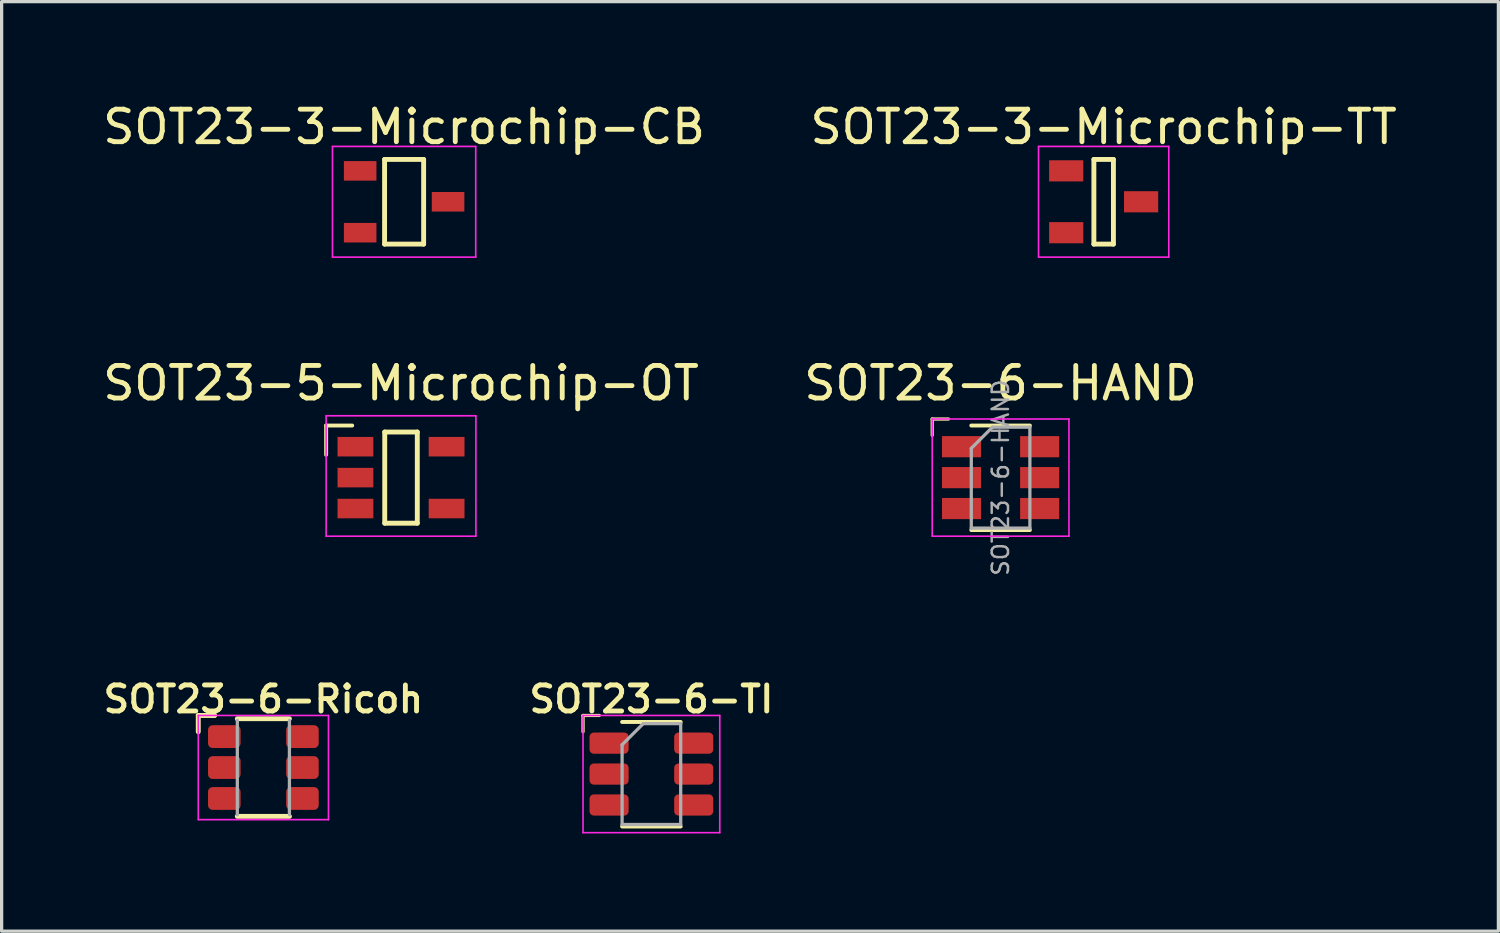
<source format=kicad_pcb>
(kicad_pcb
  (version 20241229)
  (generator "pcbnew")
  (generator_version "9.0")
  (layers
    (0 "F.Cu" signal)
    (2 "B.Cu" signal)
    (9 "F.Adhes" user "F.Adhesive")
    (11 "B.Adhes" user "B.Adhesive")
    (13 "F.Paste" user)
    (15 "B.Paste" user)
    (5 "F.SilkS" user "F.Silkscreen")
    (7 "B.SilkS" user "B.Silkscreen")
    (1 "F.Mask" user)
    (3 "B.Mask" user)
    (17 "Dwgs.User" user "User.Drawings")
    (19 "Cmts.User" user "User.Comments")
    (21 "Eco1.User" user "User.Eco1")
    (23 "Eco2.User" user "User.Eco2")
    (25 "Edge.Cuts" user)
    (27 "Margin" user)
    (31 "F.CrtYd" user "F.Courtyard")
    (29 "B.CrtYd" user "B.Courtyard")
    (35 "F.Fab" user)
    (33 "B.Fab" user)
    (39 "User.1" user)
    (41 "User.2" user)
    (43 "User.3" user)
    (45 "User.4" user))
  (footprint "SOT23-6-Ricoh"
    (layer "F.Cu")
    (at 5.04 20.527)
    (property "Reference" "SOT23-6-Ricoh" (at 0 -2.1 0) (layer "F.SilkS") (effects (font (size 0.8 0.8) (thickness 0.15))))
    (attr smd)
    (fp_line (start -2 -1.6) (end -2 -1.1) (stroke (width 0.15) (type default)) (layer "F.SilkS"))
    (fp_line (start -2 -1.6) (end -1.5 -1.6) (stroke (width 0.15) (type default)) (layer "F.SilkS"))
    (fp_line (start -1.5 -1.6) (end -1.6 -1.6) (stroke (width 0.15) (type default)) (layer "F.SilkS"))
    (fp_line (start -0.8 -1.5) (end 0.8 -1.5) (stroke (width 0.15) (type default)) (layer "F.SilkS"))
    (fp_line (start -0.8 1.5) (end 0.8 1.5) (stroke (width 0.15) (type default)) (layer "F.SilkS"))
    (fp_line (start -2 -1.6) (end -2 1.6) (stroke (width 0.05) (type solid)) (layer "F.CrtYd"))
    (fp_line (start -2 1.6) (end 2 1.6) (stroke (width 0.05) (type solid)) (layer "F.CrtYd"))
    (fp_line (start 2 -1.6) (end -2 -1.6) (stroke (width 0.05) (type solid)) (layer "F.CrtYd"))
    (fp_line (start 2 1.6) (end 2 -1.6) (stroke (width 0.05) (type solid)) (layer "F.CrtYd"))
    (fp_line (start -0.8 -1.45) (end -0.8 1.45) (stroke (width 0.1) (type default)) (layer "F.Fab"))
    (fp_line (start 0.8 -1.45) (end 0.8 1.45) (stroke (width 0.1) (type default)) (layer "F.Fab"))
    (pad "1" smd roundrect (at -1.2 -0.95 270) (size 0.7 1) (layers "F.Cu" "F.Mask" "F.Paste") (roundrect_rratio 0.2))
    (pad "2" smd roundrect (at -1.2 0 270) (size 0.7 1) (layers "F.Cu" "F.Mask" "F.Paste") (roundrect_rratio 0.2))
    (pad "3" smd roundrect (at -1.2 0.95 270) (size 0.7 1) (layers "F.Cu" "F.Mask" "F.Paste") (roundrect_rratio 0.2))
    (pad "4" smd roundrect (at 1.2 0.95 270) (size 0.7 1) (layers "F.Cu" "F.Mask" "F.Paste") (roundrect_rratio 0.2))
    (pad "5" smd roundrect (at 1.2 0 270) (size 0.7 1) (layers "F.Cu" "F.Mask" "F.Paste") (roundrect_rratio 0.2))
    (pad "6" smd roundrect (at 1.2 -0.95 270) (size 0.7 1) (layers "F.Cu" "F.Mask" "F.Paste") (roundrect_rratio 0.2)))
  (footprint "SOT23-3-Microchip-TT"
    (layer "F.Cu")
    (at 30.851 3.148)
    (property "Reference" "SOT23-3-Microchip-TT" (at 0 -2.3 0) (layer "F.SilkS") (effects (font (size 1 1) (thickness 0.15))))
    (attr smd)
    (fp_line (start -0.3 -1.3) (end 0.3 -1.3) (stroke (width 0.15) (type solid)) (layer "F.SilkS"))
    (fp_line (start -0.3 1.3) (end -0.3 -1.3) (stroke (width 0.15) (type solid)) (layer "F.SilkS"))
    (fp_line (start 0.3 -1.3) (end 0.3 1.3) (stroke (width 0.15) (type solid)) (layer "F.SilkS"))
    (fp_line (start 0.3 1.3) (end -0.3 1.3) (stroke (width 0.15) (type solid)) (layer "F.SilkS"))
    (fp_line (start -2 -1.7) (end -2 1.7) (stroke (width 0.05) (type solid)) (layer "F.CrtYd"))
    (fp_line (start -2 1.7) (end 2 1.7) (stroke (width 0.05) (type solid)) (layer "F.CrtYd"))
    (fp_line (start 2 -1.7) (end -2 -1.7) (stroke (width 0.05) (type solid)) (layer "F.CrtYd"))
    (fp_line (start 2 1.7) (end 2 -1.7) (stroke (width 0.05) (type solid)) (layer "F.CrtYd"))
    (pad "1" smd rect (at -1.15 -0.95 270) (size 0.65 1.05) (layers "F.Cu" "F.Mask" "F.Paste"))
    (pad "2" smd rect (at -1.15 0.95 270) (size 0.65 1.05) (layers "F.Cu" "F.Mask" "F.Paste"))
    (pad "3" smd rect (at 1.15 0 270) (size 0.65 1.05) (layers "F.Cu" "F.Mask" "F.Paste")))
  (footprint "SOT23-6-TI"
    (layer "F.Cu")
    (at 16.959 20.727)
    (property "Reference" "SOT23-6-TI" (at 0 -2.3 0) (layer "F.SilkS") (effects (font (size 0.8 0.8) (thickness 0.15))))
    (attr smd)
    (fp_line (start -2.1 -1.8) (end -2.1 -1.3) (stroke (width 0.1) (type default)) (layer "F.SilkS"))
    (fp_line (start -2.1 -1.8) (end -1.6 -1.8) (stroke (width 0.1) (type default)) (layer "F.SilkS"))
    (fp_line (start -0.9 1.61) (end 0.9 1.61) (stroke (width 0.12) (type solid)) (layer "F.SilkS"))
    (fp_line (start 0.9 -1.6) (end -0.9 -1.6) (stroke (width 0.12) (type solid)) (layer "F.SilkS"))
    (fp_line (start -2.1 -1.8) (end -2.1 1.8) (stroke (width 0.05) (type solid)) (layer "F.CrtYd"))
    (fp_line (start -2.1 1.8) (end 2.1 1.8) (stroke (width 0.05) (type solid)) (layer "F.CrtYd"))
    (fp_line (start 2.1 -1.8) (end -2.1 -1.8) (stroke (width 0.05) (type solid)) (layer "F.CrtYd"))
    (fp_line (start 2.1 1.8) (end 2.1 -1.8) (stroke (width 0.05) (type solid)) (layer "F.CrtYd"))
    (fp_line (start -0.9 -0.9) (end -0.9 1.55) (stroke (width 0.1) (type solid)) (layer "F.Fab"))
    (fp_line (start -0.9 -0.9) (end -0.25 -1.55) (stroke (width 0.1) (type solid)) (layer "F.Fab"))
    (fp_line (start 0.9 -1.55) (end -0.25 -1.55) (stroke (width 0.1) (type solid)) (layer "F.Fab"))
    (fp_line (start 0.9 -1.55) (end 0.9 1.55) (stroke (width 0.1) (type solid)) (layer "F.Fab"))
    (fp_line (start 0.9 1.55) (end -0.9 1.55) (stroke (width 0.1) (type solid)) (layer "F.Fab"))
    (pad "1" smd roundrect (at -1.3 -0.95) (size 1.2 0.65) (layers "F.Cu" "F.Mask" "F.Paste") (roundrect_rratio 0.2))
    (pad "2" smd roundrect (at -1.3 0) (size 1.2 0.65) (layers "F.Cu" "F.Mask" "F.Paste") (roundrect_rratio 0.2))
    (pad "3" smd roundrect (at -1.3 0.95) (size 1.2 0.65) (layers "F.Cu" "F.Mask" "F.Paste") (roundrect_rratio 0.2))
    (pad "4" smd roundrect (at 1.3 0.95) (size 1.2 0.65) (layers "F.Cu" "F.Mask" "F.Paste") (roundrect_rratio 0.2))
    (pad "5" smd roundrect (at 1.3 0) (size 1.2 0.65) (layers "F.Cu" "F.Mask" "F.Paste") (roundrect_rratio 0.2))
    (pad "6" smd roundrect (at 1.3 -0.95) (size 1.2 0.65) (layers "F.Cu" "F.Mask" "F.Paste") (roundrect_rratio 0.2)))
  (footprint "SOT23-3-Microchip-CB"
    (layer "F.Cu")
    (at 9.363 3.148)
    (property "Reference" "SOT23-3-Microchip-CB" (at 0 -2.3 0) (layer "F.SilkS") (effects (font (size 1 1) (thickness 0.15))))
    (attr smd)
    (fp_line (start -0.6 -1.3) (end 0.6 -1.3) (stroke (width 0.15) (type solid)) (layer "F.SilkS"))
    (fp_line (start -0.6 1.3) (end -0.6 -1.3) (stroke (width 0.15) (type solid)) (layer "F.SilkS"))
    (fp_line (start 0.6 -1.3) (end 0.6 1.3) (stroke (width 0.15) (type solid)) (layer "F.SilkS"))
    (fp_line (start 0.6 1.3) (end -0.6 1.3) (stroke (width 0.15) (type solid)) (layer "F.SilkS"))
    (fp_line (start -2.2 1.7) (end -2.2 -1.7) (stroke (width 0.05) (type solid)) (layer "F.CrtYd"))
    (fp_line (start -2.2 1.7) (end 2.2 1.7) (stroke (width 0.05) (type solid)) (layer "F.CrtYd"))
    (fp_line (start 2.2 -1.7) (end -2.2 -1.7) (stroke (width 0.05) (type solid)) (layer "F.CrtYd"))
    (fp_line (start 2.2 1.7) (end 2.2 -1.7) (stroke (width 0.05) (type solid)) (layer "F.CrtYd"))
    (pad "1" smd rect (at -1.35 -0.95 270) (size 0.6 1) (layers "F.Cu" "F.Mask" "F.Paste"))
    (pad "2" smd rect (at -1.35 0.95 270) (size 0.6 1) (layers "F.Cu" "F.Mask" "F.Paste"))
    (pad "3" smd rect (at 1.35 0 270) (size 0.6 1) (layers "F.Cu" "F.Mask" "F.Paste")))
  (footprint "SOT23-5-Microchip-OT"
    (layer "F.Cu")
    (at 9.268 11.621)
    (property "Reference" "SOT23-5-Microchip-OT" (at 0 -2.9 0) (layer "F.SilkS") (effects (font (size 1 1) (thickness 0.15))))
    (attr smd)
    (fp_line (start -2.3 -1.6) (end -1.5 -1.6) (stroke (width 0.12) (type solid)) (layer "F.SilkS"))
    (fp_line (start -2.3 -0.7) (end -2.3 -1.6) (stroke (width 0.12) (type solid)) (layer "F.SilkS"))
    (fp_line (start -0.5 -1.4) (end 0.5 -1.4) (stroke (width 0.15) (type solid)) (layer "F.SilkS"))
    (fp_line (start -0.5 1.4) (end -0.5 -1.4) (stroke (width 0.15) (type solid)) (layer "F.SilkS"))
    (fp_line (start 0.5 -1.4) (end 0.5 1.4) (stroke (width 0.15) (type solid)) (layer "F.SilkS"))
    (fp_line (start 0.5 1.4) (end -0.5 1.4) (stroke (width 0.15) (type solid)) (layer "F.SilkS"))
    (fp_line (start -2.3 -1.9) (end -2.3 1.8) (stroke (width 0.05) (type solid)) (layer "F.CrtYd"))
    (fp_line (start -2.3 1.8) (end 2.3 1.8) (stroke (width 0.05) (type solid)) (layer "F.CrtYd"))
    (fp_line (start 2.3 -1.9) (end -2.3 -1.9) (stroke (width 0.05) (type solid)) (layer "F.CrtYd"))
    (fp_line (start 2.3 1.8) (end 2.3 -1.9) (stroke (width 0.05) (type solid)) (layer "F.CrtYd"))
    (pad "1" smd rect (at -1.4 -0.95 270) (size 0.6 1.1) (layers "F.Cu" "F.Mask" "F.Paste"))
    (pad "2" smd rect (at -1.4 0 270) (size 0.6 1.1) (layers "F.Cu" "F.Mask" "F.Paste"))
    (pad "3" smd rect (at -1.4 0.95 270) (size 0.6 1.1) (layers "F.Cu" "F.Mask" "F.Paste"))
    (pad "4" smd rect (at 1.4 0.95 270) (size 0.6 1.1) (layers "F.Cu" "F.Mask" "F.Paste"))
    (pad "5" smd rect (at 1.4 -0.95 270) (size 0.6 1.1) (layers "F.Cu" "F.Mask" "F.Paste")))
  (footprint "SOT23-6-HAND"
    (layer "F.Cu")
    (at 27.685 11.621)
    (property "Reference" "SOT23-6-HAND" (at 0 -2.9 0) (layer "F.SilkS") (effects (font (size 1 1) (thickness 0.15))))
    (attr smd)
    (fp_line (start -2.1 -1.8) (end -2.1 -1.3) (stroke (width 0.1) (type default)) (layer "F.SilkS"))
    (fp_line (start -2.1 -1.8) (end -1.6 -1.8) (stroke (width 0.1) (type default)) (layer "F.SilkS"))
    (fp_line (start -0.9 1.61) (end 0.9 1.61) (stroke (width 0.12) (type solid)) (layer "F.SilkS"))
    (fp_line (start 0.9 -1.6) (end -0.9 -1.6) (stroke (width 0.12) (type solid)) (layer "F.SilkS"))
    (fp_line (start -2.1 -1.8) (end -2.1 1.8) (stroke (width 0.05) (type solid)) (layer "F.CrtYd"))
    (fp_line (start -2.1 1.8) (end 2.1 1.8) (stroke (width 0.05) (type solid)) (layer "F.CrtYd"))
    (fp_line (start 2.1 -1.8) (end -2.1 -1.8) (stroke (width 0.05) (type solid)) (layer "F.CrtYd"))
    (fp_line (start 2.1 1.8) (end 2.1 -1.8) (stroke (width 0.05) (type solid)) (layer "F.CrtYd"))
    (fp_line (start -0.9 -0.9) (end -0.9 1.55) (stroke (width 0.1) (type solid)) (layer "F.Fab"))
    (fp_line (start -0.9 -0.9) (end -0.25 -1.55) (stroke (width 0.1) (type solid)) (layer "F.Fab"))
    (fp_line (start 0.9 -1.55) (end -0.25 -1.55) (stroke (width 0.1) (type solid)) (layer "F.Fab"))
    (fp_line (start 0.9 -1.55) (end 0.9 1.55) (stroke (width 0.1) (type solid)) (layer "F.Fab"))
    (fp_line (start 0.9 1.55) (end -0.9 1.55) (stroke (width 0.1) (type solid)) (layer "F.Fab"))
    (fp_text user "${REFERENCE}" (at 0 0 90) (layer "F.Fab") (effects (font (size 0.5 0.5) (thickness 0.075))))
    (pad "1" smd rect (at -1.2 -0.95) (size 1.2 0.65) (layers "F.Cu" "F.Mask" "F.Paste"))
    (pad "2" smd rect (at -1.2 0) (size 1.2 0.65) (layers "F.Cu" "F.Mask" "F.Paste"))
    (pad "3" smd rect (at -1.2 0.95) (size 1.2 0.65) (layers "F.Cu" "F.Mask" "F.Paste"))
    (pad "4" smd rect (at 1.2 0.95) (size 1.2 0.65) (layers "F.Cu" "F.Mask" "F.Paste"))
    (pad "5" smd rect (at 1.2 0) (size 1.2 0.65) (layers "F.Cu" "F.Mask" "F.Paste"))
    (pad "6" smd rect (at 1.2 -0.95) (size 1.2 0.65) (layers "F.Cu" "F.Mask" "F.Paste")))
  (gr_rect
    (start -3 -3)
    (end 42.976 25.552)
    (stroke (width 0.1) (type default))
    (fill no)
    (layer "Edge.Cuts")))
</source>
